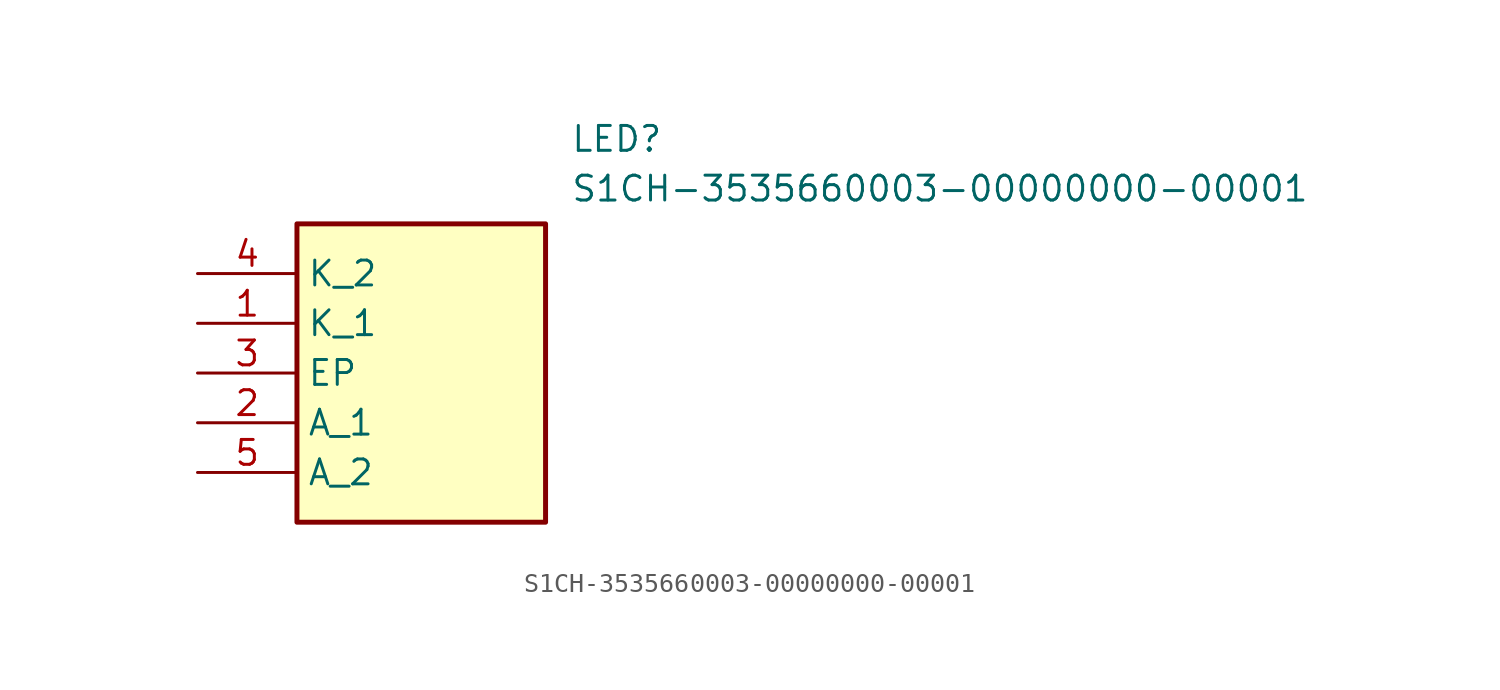
<source format=kicad_sym>
(kicad_symbol_lib
  (version 20211014)
  (generator SamacSys_ECAD_Model)
  (symbol "S1CH-3535660003-00000000-00001"
    (property "Reference" "LED"
      (at 19.05 7.62 0)
      (effects (font (size 1.27 1.27)) (justify left top)))
    (property "Value" "S1CH-3535660003-00000000-00001"
      (at 19.05 5.08 0)
      (effects (font (size 1.27 1.27)) (justify left top)))
    (rectangle
      (start 5.08 2.54)
      (end 17.78 -12.7)
      (stroke (width 0.254) (type default))
      (fill (type background)))
    (pin passive line
      (at 0 -2.54 0)
      (length 5.08)
      (name "K_1" (effects (font (size 1.27 1.27))))
      (number "1" (effects (font (size 1.27 1.27)))))
    (pin passive line
      (at 0 -7.62 0)
      (length 5.08)
      (name "A_1" (effects (font (size 1.27 1.27))))
      (number "2" (effects (font (size 1.27 1.27)))))
    (pin passive line
      (at 0 -5.08 0)
      (length 5.08)
      (name "EP" (effects (font (size 1.27 1.27))))
      (number "3" (effects (font (size 1.27 1.27)))))
    (pin passive line
      (at 0 0 0)
      (length 5.08)
      (name "K_2" (effects (font (size 1.27 1.27))))
      (number "4" (effects (font (size 1.27 1.27)))))
    (pin passive line
      (at 0 -10.16 0)
      (length 5.08)
      (name "A_2" (effects (font (size 1.27 1.27))))
      (number "5" (effects (font (size 1.27 1.27)))))))
</source>
